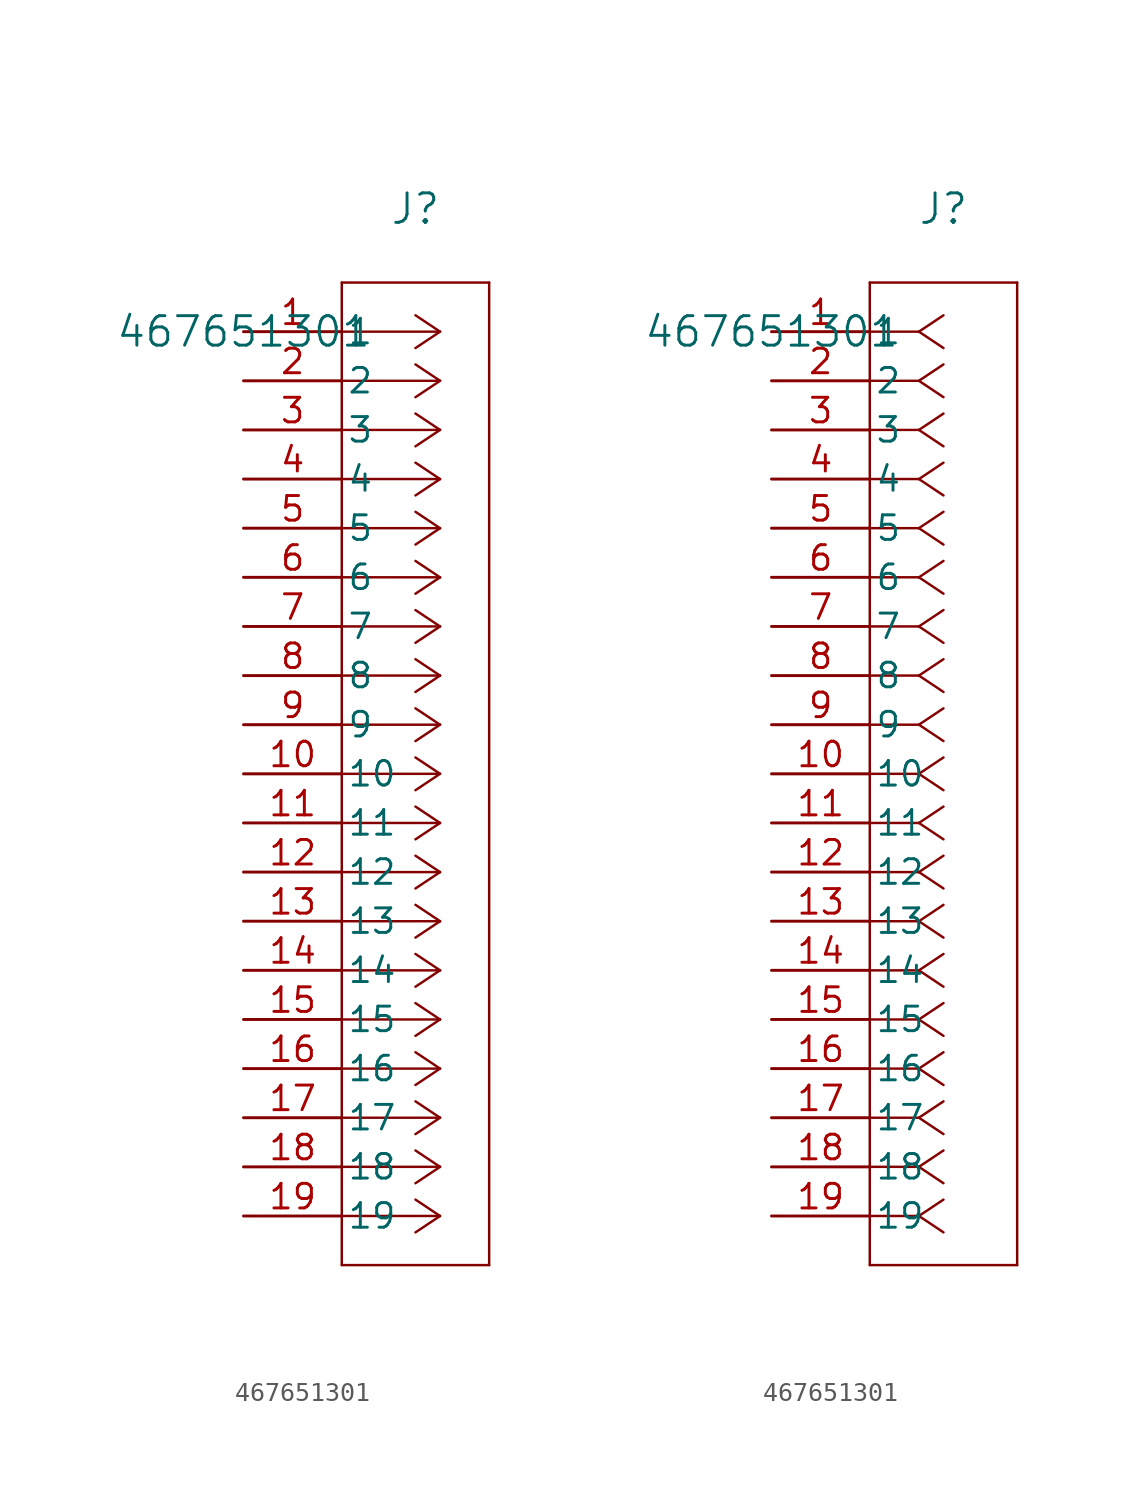
<source format=kicad_sym>
(kicad_symbol_lib
  (version 20211014)
  (generator kicad_symbol_editor)
  (symbol "467651301"
    (pin_names
      (offset 0.254))
    (property "Reference" "J"
      (at 8.89 6.35 0)
      (effects (font (size 1.524 1.524))))
    (property "Value" "467651301"
      (at 0 0 0)
      (effects (font (size 1.524 1.524))))
    (symbol "467651301_1_1"
      (polyline (pts (xy 10.16 0) (xy 5.08 0)) (stroke (width 0.127) (type default) (color 0 0 0 0)) (fill (type none)))
      (polyline (pts (xy 10.16 -2.54) (xy 5.08 -2.54)) (stroke (width 0.127) (type default) (color 0 0 0 0)) (fill (type none)))
      (polyline (pts (xy 10.16 -5.08) (xy 5.08 -5.08)) (stroke (width 0.127) (type default) (color 0 0 0 0)) (fill (type none)))
      (polyline (pts (xy 10.16 -7.62) (xy 5.08 -7.62)) (stroke (width 0.127) (type default) (color 0 0 0 0)) (fill (type none)))
      (polyline (pts (xy 10.16 -10.16) (xy 5.08 -10.16)) (stroke (width 0.127) (type default) (color 0 0 0 0)) (fill (type none)))
      (polyline (pts (xy 10.16 -12.7) (xy 5.08 -12.7)) (stroke (width 0.127) (type default) (color 0 0 0 0)) (fill (type none)))
      (polyline (pts (xy 10.16 -15.24) (xy 5.08 -15.24)) (stroke (width 0.127) (type default) (color 0 0 0 0)) (fill (type none)))
      (polyline (pts (xy 10.16 -17.78) (xy 5.08 -17.78)) (stroke (width 0.127) (type default) (color 0 0 0 0)) (fill (type none)))
      (polyline (pts (xy 10.16 -20.32) (xy 5.08 -20.32)) (stroke (width 0.127) (type default) (color 0 0 0 0)) (fill (type none)))
      (polyline (pts (xy 10.16 -22.86) (xy 5.08 -22.86)) (stroke (width 0.127) (type default) (color 0 0 0 0)) (fill (type none)))
      (polyline (pts (xy 10.16 -25.4) (xy 5.08 -25.4)) (stroke (width 0.127) (type default) (color 0 0 0 0)) (fill (type none)))
      (polyline (pts (xy 10.16 -27.94) (xy 5.08 -27.94)) (stroke (width 0.127) (type default) (color 0 0 0 0)) (fill (type none)))
      (polyline (pts (xy 10.16 -30.48) (xy 5.08 -30.48)) (stroke (width 0.127) (type default) (color 0 0 0 0)) (fill (type none)))
      (polyline (pts (xy 10.16 -33.02) (xy 5.08 -33.02)) (stroke (width 0.127) (type default) (color 0 0 0 0)) (fill (type none)))
      (polyline (pts (xy 10.16 -35.56) (xy 5.08 -35.56)) (stroke (width 0.127) (type default) (color 0 0 0 0)) (fill (type none)))
      (polyline (pts (xy 10.16 -38.1) (xy 5.08 -38.1)) (stroke (width 0.127) (type default) (color 0 0 0 0)) (fill (type none)))
      (polyline (pts (xy 10.16 -40.64) (xy 5.08 -40.64)) (stroke (width 0.127) (type default) (color 0 0 0 0)) (fill (type none)))
      (polyline (pts (xy 10.16 -43.18) (xy 5.08 -43.18)) (stroke (width 0.127) (type default) (color 0 0 0 0)) (fill (type none)))
      (polyline (pts (xy 10.16 -45.72) (xy 5.08 -45.72)) (stroke (width 0.127) (type default) (color 0 0 0 0)) (fill (type none)))
      (polyline (pts (xy 10.16 0) (xy 8.89 0.847)) (stroke (width 0.127) (type default) (color 0 0 0 0)) (fill (type none)))
      (polyline (pts (xy 10.16 -2.54) (xy 8.89 -1.693)) (stroke (width 0.127) (type default) (color 0 0 0 0)) (fill (type none)))
      (polyline (pts (xy 10.16 -5.08) (xy 8.89 -4.233)) (stroke (width 0.127) (type default) (color 0 0 0 0)) (fill (type none)))
      (polyline (pts (xy 10.16 -7.62) (xy 8.89 -6.773)) (stroke (width 0.127) (type default) (color 0 0 0 0)) (fill (type none)))
      (polyline (pts (xy 10.16 -10.16) (xy 8.89 -9.313)) (stroke (width 0.127) (type default) (color 0 0 0 0)) (fill (type none)))
      (polyline (pts (xy 10.16 -12.7) (xy 8.89 -11.853)) (stroke (width 0.127) (type default) (color 0 0 0 0)) (fill (type none)))
      (polyline (pts (xy 10.16 -15.24) (xy 8.89 -14.393)) (stroke (width 0.127) (type default) (color 0 0 0 0)) (fill (type none)))
      (polyline (pts (xy 10.16 -17.78) (xy 8.89 -16.933)) (stroke (width 0.127) (type default) (color 0 0 0 0)) (fill (type none)))
      (polyline (pts (xy 10.16 -20.32) (xy 8.89 -19.473)) (stroke (width 0.127) (type default) (color 0 0 0 0)) (fill (type none)))
      (polyline (pts (xy 10.16 -22.86) (xy 8.89 -22.013)) (stroke (width 0.127) (type default) (color 0 0 0 0)) (fill (type none)))
      (polyline (pts (xy 10.16 -25.4) (xy 8.89 -24.553)) (stroke (width 0.127) (type default) (color 0 0 0 0)) (fill (type none)))
      (polyline (pts (xy 10.16 -27.94) (xy 8.89 -27.093)) (stroke (width 0.127) (type default) (color 0 0 0 0)) (fill (type none)))
      (polyline (pts (xy 10.16 -30.48) (xy 8.89 -29.633)) (stroke (width 0.127) (type default) (color 0 0 0 0)) (fill (type none)))
      (polyline (pts (xy 10.16 -33.02) (xy 8.89 -32.173)) (stroke (width 0.127) (type default) (color 0 0 0 0)) (fill (type none)))
      (polyline (pts (xy 10.16 -35.56) (xy 8.89 -34.713)) (stroke (width 0.127) (type default) (color 0 0 0 0)) (fill (type none)))
      (polyline (pts (xy 10.16 -38.1) (xy 8.89 -37.253)) (stroke (width 0.127) (type default) (color 0 0 0 0)) (fill (type none)))
      (polyline (pts (xy 10.16 -40.64) (xy 8.89 -39.793)) (stroke (width 0.127) (type default) (color 0 0 0 0)) (fill (type none)))
      (polyline (pts (xy 10.16 -43.18) (xy 8.89 -42.333)) (stroke (width 0.127) (type default) (color 0 0 0 0)) (fill (type none)))
      (polyline (pts (xy 10.16 -45.72) (xy 8.89 -44.873)) (stroke (width 0.127) (type default) (color 0 0 0 0)) (fill (type none)))
      (polyline (pts (xy 10.16 0) (xy 8.89 -0.847)) (stroke (width 0.127) (type default) (color 0 0 0 0)) (fill (type none)))
      (polyline (pts (xy 10.16 -2.54) (xy 8.89 -3.387)) (stroke (width 0.127) (type default) (color 0 0 0 0)) (fill (type none)))
      (polyline (pts (xy 10.16 -5.08) (xy 8.89 -5.927)) (stroke (width 0.127) (type default) (color 0 0 0 0)) (fill (type none)))
      (polyline (pts (xy 10.16 -7.62) (xy 8.89 -8.467)) (stroke (width 0.127) (type default) (color 0 0 0 0)) (fill (type none)))
      (polyline (pts (xy 10.16 -10.16) (xy 8.89 -11.007)) (stroke (width 0.127) (type default) (color 0 0 0 0)) (fill (type none)))
      (polyline (pts (xy 10.16 -12.7) (xy 8.89 -13.547)) (stroke (width 0.127) (type default) (color 0 0 0 0)) (fill (type none)))
      (polyline (pts (xy 10.16 -15.24) (xy 8.89 -16.087)) (stroke (width 0.127) (type default) (color 0 0 0 0)) (fill (type none)))
      (polyline (pts (xy 10.16 -17.78) (xy 8.89 -18.627)) (stroke (width 0.127) (type default) (color 0 0 0 0)) (fill (type none)))
      (polyline (pts (xy 10.16 -20.32) (xy 8.89 -21.167)) (stroke (width 0.127) (type default) (color 0 0 0 0)) (fill (type none)))
      (polyline (pts (xy 10.16 -22.86) (xy 8.89 -23.707)) (stroke (width 0.127) (type default) (color 0 0 0 0)) (fill (type none)))
      (polyline (pts (xy 10.16 -25.4) (xy 8.89 -26.247)) (stroke (width 0.127) (type default) (color 0 0 0 0)) (fill (type none)))
      (polyline (pts (xy 10.16 -27.94) (xy 8.89 -28.787)) (stroke (width 0.127) (type default) (color 0 0 0 0)) (fill (type none)))
      (polyline (pts (xy 10.16 -30.48) (xy 8.89 -31.327)) (stroke (width 0.127) (type default) (color 0 0 0 0)) (fill (type none)))
      (polyline (pts (xy 10.16 -33.02) (xy 8.89 -33.867)) (stroke (width 0.127) (type default) (color 0 0 0 0)) (fill (type none)))
      (polyline (pts (xy 10.16 -35.56) (xy 8.89 -36.407)) (stroke (width 0.127) (type default) (color 0 0 0 0)) (fill (type none)))
      (polyline (pts (xy 10.16 -38.1) (xy 8.89 -38.947)) (stroke (width 0.127) (type default) (color 0 0 0 0)) (fill (type none)))
      (polyline (pts (xy 10.16 -40.64) (xy 8.89 -41.487)) (stroke (width 0.127) (type default) (color 0 0 0 0)) (fill (type none)))
      (polyline (pts (xy 10.16 -43.18) (xy 8.89 -44.027)) (stroke (width 0.127) (type default) (color 0 0 0 0)) (fill (type none)))
      (polyline (pts (xy 10.16 -45.72) (xy 8.89 -46.567)) (stroke (width 0.127) (type default) (color 0 0 0 0)) (fill (type none)))
      (polyline (pts (xy 5.08 2.54) (xy 5.08 -48.26)) (stroke (width 0.127) (type default) (color 0 0 0 0)) (fill (type none)))
      (polyline (pts (xy 5.08 -48.26) (xy 12.7 -48.26)) (stroke (width 0.127) (type default) (color 0 0 0 0)) (fill (type none)))
      (polyline (pts (xy 12.7 -48.26) (xy 12.7 2.54)) (stroke (width 0.127) (type default) (color 0 0 0 0)) (fill (type none)))
      (polyline (pts (xy 12.7 2.54) (xy 5.08 2.54)) (stroke (width 0.127) (type default) (color 0 0 0 0)) (fill (type none)))
      (pin unspecified line (at 0 0 0) (length 5.08) (name "1" (effects (font (size 1.27 1.27)))) (number "1" (effects (font (size 1.27 1.27)))))
      (pin unspecified line (at 0 -2.54 0) (length 5.08) (name "2" (effects (font (size 1.27 1.27)))) (number "2" (effects (font (size 1.27 1.27)))))
      (pin bidirectional line (at 0 -5.08 0) (length 5.08) (name "3" (effects (font (size 1.27 1.27)))) (number "3" (effects (font (size 1.27 1.27)))))
      (pin bidirectional line (at 0 -7.62 0) (length 5.08) (name "4" (effects (font (size 1.27 1.27)))) (number "4" (effects (font (size 1.27 1.27)))))
      (pin bidirectional line (at 0 -10.16 0) (length 5.08) (name "5" (effects (font (size 1.27 1.27)))) (number "5" (effects (font (size 1.27 1.27)))))
      (pin bidirectional line (at 0 -12.7 0) (length 5.08) (name "6" (effects (font (size 1.27 1.27)))) (number "6" (effects (font (size 1.27 1.27)))))
      (pin bidirectional line (at 0 -15.24 0) (length 5.08) (name "7" (effects (font (size 1.27 1.27)))) (number "7" (effects (font (size 1.27 1.27)))))
      (pin bidirectional line (at 0 -17.78 0) (length 5.08) (name "8" (effects (font (size 1.27 1.27)))) (number "8" (effects (font (size 1.27 1.27)))))
      (pin bidirectional line (at 0 -20.32 0) (length 5.08) (name "9" (effects (font (size 1.27 1.27)))) (number "9" (effects (font (size 1.27 1.27)))))
      (pin bidirectional line (at 0 -22.86 0) (length 5.08) (name "10" (effects (font (size 1.27 1.27)))) (number "10" (effects (font (size 1.27 1.27)))))
      (pin bidirectional line (at 0 -25.4 0) (length 5.08) (name "11" (effects (font (size 1.27 1.27)))) (number "11" (effects (font (size 1.27 1.27)))))
      (pin unspecified line (at 0 -27.94 0) (length 5.08) (name "12" (effects (font (size 1.27 1.27)))) (number "12" (effects (font (size 1.27 1.27)))))
      (pin unspecified line (at 0 -30.48 0) (length 5.08) (name "13" (effects (font (size 1.27 1.27)))) (number "13" (effects (font (size 1.27 1.27)))))
      (pin unspecified line (at 0 -33.02 0) (length 5.08) (name "14" (effects (font (size 1.27 1.27)))) (number "14" (effects (font (size 1.27 1.27)))))
      (pin unspecified line (at 0 -35.56 0) (length 5.08) (name "15" (effects (font (size 1.27 1.27)))) (number "15" (effects (font (size 1.27 1.27)))))
      (pin power_out line (at 0 -38.1 0) (length 5.08) (name "16" (effects (font (size 1.27 1.27)))) (number "16" (effects (font (size 1.27 1.27)))))
      (pin unspecified line (at 0 -40.64 0) (length 5.08) (name "17" (effects (font (size 1.27 1.27)))) (number "17" (effects (font (size 1.27 1.27)))))
      (pin unspecified line (at 0 -43.18 0) (length 5.08) (name "18" (effects (font (size 1.27 1.27)))) (number "18" (effects (font (size 1.27 1.27)))))
      (pin power_in line (at 0 -45.72 0) (length 5.08) (name "19" (effects (font (size 1.27 1.27)))) (number "19" (effects (font (size 1.27 1.27))))))
    (symbol "467651301_1_2"
      (polyline (pts (xy 7.62 0) (xy 5.08 0)) (stroke (width 0.127) (type default) (color 0 0 0 0)) (fill (type none)))
      (polyline (pts (xy 7.62 -2.54) (xy 5.08 -2.54)) (stroke (width 0.127) (type default) (color 0 0 0 0)) (fill (type none)))
      (polyline (pts (xy 7.62 -5.08) (xy 5.08 -5.08)) (stroke (width 0.127) (type default) (color 0 0 0 0)) (fill (type none)))
      (polyline (pts (xy 7.62 -7.62) (xy 5.08 -7.62)) (stroke (width 0.127) (type default) (color 0 0 0 0)) (fill (type none)))
      (polyline (pts (xy 7.62 -10.16) (xy 5.08 -10.16)) (stroke (width 0.127) (type default) (color 0 0 0 0)) (fill (type none)))
      (polyline (pts (xy 7.62 -12.7) (xy 5.08 -12.7)) (stroke (width 0.127) (type default) (color 0 0 0 0)) (fill (type none)))
      (polyline (pts (xy 7.62 -15.24) (xy 5.08 -15.24)) (stroke (width 0.127) (type default) (color 0 0 0 0)) (fill (type none)))
      (polyline (pts (xy 7.62 -17.78) (xy 5.08 -17.78)) (stroke (width 0.127) (type default) (color 0 0 0 0)) (fill (type none)))
      (polyline (pts (xy 7.62 -20.32) (xy 5.08 -20.32)) (stroke (width 0.127) (type default) (color 0 0 0 0)) (fill (type none)))
      (polyline (pts (xy 7.62 -22.86) (xy 5.08 -22.86)) (stroke (width 0.127) (type default) (color 0 0 0 0)) (fill (type none)))
      (polyline (pts (xy 7.62 -25.4) (xy 5.08 -25.4)) (stroke (width 0.127) (type default) (color 0 0 0 0)) (fill (type none)))
      (polyline (pts (xy 7.62 -27.94) (xy 5.08 -27.94)) (stroke (width 0.127) (type default) (color 0 0 0 0)) (fill (type none)))
      (polyline (pts (xy 7.62 -30.48) (xy 5.08 -30.48)) (stroke (width 0.127) (type default) (color 0 0 0 0)) (fill (type none)))
      (polyline (pts (xy 7.62 -33.02) (xy 5.08 -33.02)) (stroke (width 0.127) (type default) (color 0 0 0 0)) (fill (type none)))
      (polyline (pts (xy 7.62 -35.56) (xy 5.08 -35.56)) (stroke (width 0.127) (type default) (color 0 0 0 0)) (fill (type none)))
      (polyline (pts (xy 7.62 -38.1) (xy 5.08 -38.1)) (stroke (width 0.127) (type default) (color 0 0 0 0)) (fill (type none)))
      (polyline (pts (xy 7.62 -40.64) (xy 5.08 -40.64)) (stroke (width 0.127) (type default) (color 0 0 0 0)) (fill (type none)))
      (polyline (pts (xy 7.62 -43.18) (xy 5.08 -43.18)) (stroke (width 0.127) (type default) (color 0 0 0 0)) (fill (type none)))
      (polyline (pts (xy 7.62 -45.72) (xy 5.08 -45.72)) (stroke (width 0.127) (type default) (color 0 0 0 0)) (fill (type none)))
      (polyline (pts (xy 7.62 0) (xy 8.89 0.847)) (stroke (width 0.127) (type default) (color 0 0 0 0)) (fill (type none)))
      (polyline (pts (xy 7.62 -2.54) (xy 8.89 -1.693)) (stroke (width 0.127) (type default) (color 0 0 0 0)) (fill (type none)))
      (polyline (pts (xy 7.62 -5.08) (xy 8.89 -4.233)) (stroke (width 0.127) (type default) (color 0 0 0 0)) (fill (type none)))
      (polyline (pts (xy 7.62 -7.62) (xy 8.89 -6.773)) (stroke (width 0.127) (type default) (color 0 0 0 0)) (fill (type none)))
      (polyline (pts (xy 7.62 -10.16) (xy 8.89 -9.313)) (stroke (width 0.127) (type default) (color 0 0 0 0)) (fill (type none)))
      (polyline (pts (xy 7.62 -12.7) (xy 8.89 -11.853)) (stroke (width 0.127) (type default) (color 0 0 0 0)) (fill (type none)))
      (polyline (pts (xy 7.62 -15.24) (xy 8.89 -14.393)) (stroke (width 0.127) (type default) (color 0 0 0 0)) (fill (type none)))
      (polyline (pts (xy 7.62 -17.78) (xy 8.89 -16.933)) (stroke (width 0.127) (type default) (color 0 0 0 0)) (fill (type none)))
      (polyline (pts (xy 7.62 -20.32) (xy 8.89 -19.473)) (stroke (width 0.127) (type default) (color 0 0 0 0)) (fill (type none)))
      (polyline (pts (xy 7.62 -22.86) (xy 8.89 -22.013)) (stroke (width 0.127) (type default) (color 0 0 0 0)) (fill (type none)))
      (polyline (pts (xy 7.62 -25.4) (xy 8.89 -24.553)) (stroke (width 0.127) (type default) (color 0 0 0 0)) (fill (type none)))
      (polyline (pts (xy 7.62 -27.94) (xy 8.89 -27.093)) (stroke (width 0.127) (type default) (color 0 0 0 0)) (fill (type none)))
      (polyline (pts (xy 7.62 -30.48) (xy 8.89 -29.633)) (stroke (width 0.127) (type default) (color 0 0 0 0)) (fill (type none)))
      (polyline (pts (xy 7.62 -33.02) (xy 8.89 -32.173)) (stroke (width 0.127) (type default) (color 0 0 0 0)) (fill (type none)))
      (polyline (pts (xy 7.62 -35.56) (xy 8.89 -34.713)) (stroke (width 0.127) (type default) (color 0 0 0 0)) (fill (type none)))
      (polyline (pts (xy 7.62 -38.1) (xy 8.89 -37.253)) (stroke (width 0.127) (type default) (color 0 0 0 0)) (fill (type none)))
      (polyline (pts (xy 7.62 -40.64) (xy 8.89 -39.793)) (stroke (width 0.127) (type default) (color 0 0 0 0)) (fill (type none)))
      (polyline (pts (xy 7.62 -43.18) (xy 8.89 -42.333)) (stroke (width 0.127) (type default) (color 0 0 0 0)) (fill (type none)))
      (polyline (pts (xy 7.62 -45.72) (xy 8.89 -44.873)) (stroke (width 0.127) (type default) (color 0 0 0 0)) (fill (type none)))
      (polyline (pts (xy 7.62 0) (xy 8.89 -0.847)) (stroke (width 0.127) (type default) (color 0 0 0 0)) (fill (type none)))
      (polyline (pts (xy 7.62 -2.54) (xy 8.89 -3.387)) (stroke (width 0.127) (type default) (color 0 0 0 0)) (fill (type none)))
      (polyline (pts (xy 7.62 -5.08) (xy 8.89 -5.927)) (stroke (width 0.127) (type default) (color 0 0 0 0)) (fill (type none)))
      (polyline (pts (xy 7.62 -7.62) (xy 8.89 -8.467)) (stroke (width 0.127) (type default) (color 0 0 0 0)) (fill (type none)))
      (polyline (pts (xy 7.62 -10.16) (xy 8.89 -11.007)) (stroke (width 0.127) (type default) (color 0 0 0 0)) (fill (type none)))
      (polyline (pts (xy 7.62 -12.7) (xy 8.89 -13.547)) (stroke (width 0.127) (type default) (color 0 0 0 0)) (fill (type none)))
      (polyline (pts (xy 7.62 -15.24) (xy 8.89 -16.087)) (stroke (width 0.127) (type default) (color 0 0 0 0)) (fill (type none)))
      (polyline (pts (xy 7.62 -17.78) (xy 8.89 -18.627)) (stroke (width 0.127) (type default) (color 0 0 0 0)) (fill (type none)))
      (polyline (pts (xy 7.62 -20.32) (xy 8.89 -21.167)) (stroke (width 0.127) (type default) (color 0 0 0 0)) (fill (type none)))
      (polyline (pts (xy 7.62 -22.86) (xy 8.89 -23.707)) (stroke (width 0.127) (type default) (color 0 0 0 0)) (fill (type none)))
      (polyline (pts (xy 7.62 -25.4) (xy 8.89 -26.247)) (stroke (width 0.127) (type default) (color 0 0 0 0)) (fill (type none)))
      (polyline (pts (xy 7.62 -27.94) (xy 8.89 -28.787)) (stroke (width 0.127) (type default) (color 0 0 0 0)) (fill (type none)))
      (polyline (pts (xy 7.62 -30.48) (xy 8.89 -31.327)) (stroke (width 0.127) (type default) (color 0 0 0 0)) (fill (type none)))
      (polyline (pts (xy 7.62 -33.02) (xy 8.89 -33.867)) (stroke (width 0.127) (type default) (color 0 0 0 0)) (fill (type none)))
      (polyline (pts (xy 7.62 -35.56) (xy 8.89 -36.407)) (stroke (width 0.127) (type default) (color 0 0 0 0)) (fill (type none)))
      (polyline (pts (xy 7.62 -38.1) (xy 8.89 -38.947)) (stroke (width 0.127) (type default) (color 0 0 0 0)) (fill (type none)))
      (polyline (pts (xy 7.62 -40.64) (xy 8.89 -41.487)) (stroke (width 0.127) (type default) (color 0 0 0 0)) (fill (type none)))
      (polyline (pts (xy 7.62 -43.18) (xy 8.89 -44.027)) (stroke (width 0.127) (type default) (color 0 0 0 0)) (fill (type none)))
      (polyline (pts (xy 7.62 -45.72) (xy 8.89 -46.567)) (stroke (width 0.127) (type default) (color 0 0 0 0)) (fill (type none)))
      (polyline (pts (xy 5.08 2.54) (xy 5.08 -48.26)) (stroke (width 0.127) (type default) (color 0 0 0 0)) (fill (type none)))
      (polyline (pts (xy 5.08 -48.26) (xy 12.7 -48.26)) (stroke (width 0.127) (type default) (color 0 0 0 0)) (fill (type none)))
      (polyline (pts (xy 12.7 -48.26) (xy 12.7 2.54)) (stroke (width 0.127) (type default) (color 0 0 0 0)) (fill (type none)))
      (polyline (pts (xy 12.7 2.54) (xy 5.08 2.54)) (stroke (width 0.127) (type default) (color 0 0 0 0)) (fill (type none)))
      (pin unspecified line (at 0 0 0) (length 5.08) (name "1" (effects (font (size 1.27 1.27)))) (number "1" (effects (font (size 1.27 1.27)))))
      (pin unspecified line (at 0 -2.54 0) (length 5.08) (name "2" (effects (font (size 1.27 1.27)))) (number "2" (effects (font (size 1.27 1.27)))))
      (pin bidirectional line (at 0 -5.08 0) (length 5.08) (name "3" (effects (font (size 1.27 1.27)))) (number "3" (effects (font (size 1.27 1.27)))))
      (pin bidirectional line (at 0 -7.62 0) (length 5.08) (name "4" (effects (font (size 1.27 1.27)))) (number "4" (effects (font (size 1.27 1.27)))))
      (pin bidirectional line (at 0 -10.16 0) (length 5.08) (name "5" (effects (font (size 1.27 1.27)))) (number "5" (effects (font (size 1.27 1.27)))))
      (pin bidirectional line (at 0 -12.7 0) (length 5.08) (name "6" (effects (font (size 1.27 1.27)))) (number "6" (effects (font (size 1.27 1.27)))))
      (pin bidirectional line (at 0 -15.24 0) (length 5.08) (name "7" (effects (font (size 1.27 1.27)))) (number "7" (effects (font (size 1.27 1.27)))))
      (pin bidirectional line (at 0 -17.78 0) (length 5.08) (name "8" (effects (font (size 1.27 1.27)))) (number "8" (effects (font (size 1.27 1.27)))))
      (pin bidirectional line (at 0 -20.32 0) (length 5.08) (name "9" (effects (font (size 1.27 1.27)))) (number "9" (effects (font (size 1.27 1.27)))))
      (pin bidirectional line (at 0 -22.86 0) (length 5.08) (name "10" (effects (font (size 1.27 1.27)))) (number "10" (effects (font (size 1.27 1.27)))))
      (pin bidirectional line (at 0 -25.4 0) (length 5.08) (name "11" (effects (font (size 1.27 1.27)))) (number "11" (effects (font (size 1.27 1.27)))))
      (pin unspecified line (at 0 -27.94 0) (length 5.08) (name "12" (effects (font (size 1.27 1.27)))) (number "12" (effects (font (size 1.27 1.27)))))
      (pin unspecified line (at 0 -30.48 0) (length 5.08) (name "13" (effects (font (size 1.27 1.27)))) (number "13" (effects (font (size 1.27 1.27)))))
      (pin unspecified line (at 0 -33.02 0) (length 5.08) (name "14" (effects (font (size 1.27 1.27)))) (number "14" (effects (font (size 1.27 1.27)))))
      (pin unspecified line (at 0 -35.56 0) (length 5.08) (name "15" (effects (font (size 1.27 1.27)))) (number "15" (effects (font (size 1.27 1.27)))))
      (pin power_out line (at 0 -38.1 0) (length 5.08) (name "16" (effects (font (size 1.27 1.27)))) (number "16" (effects (font (size 1.27 1.27)))))
      (pin unspecified line (at 0 -40.64 0) (length 5.08) (name "17" (effects (font (size 1.27 1.27)))) (number "17" (effects (font (size 1.27 1.27)))))
      (pin unspecified line (at 0 -43.18 0) (length 5.08) (name "18" (effects (font (size 1.27 1.27)))) (number "18" (effects (font (size 1.27 1.27)))))
      (pin power_in line (at 0 -45.72 0) (length 5.08) (name "19" (effects (font (size 1.27 1.27)))) (number "19" (effects (font (size 1.27 1.27))))))))
</source>
